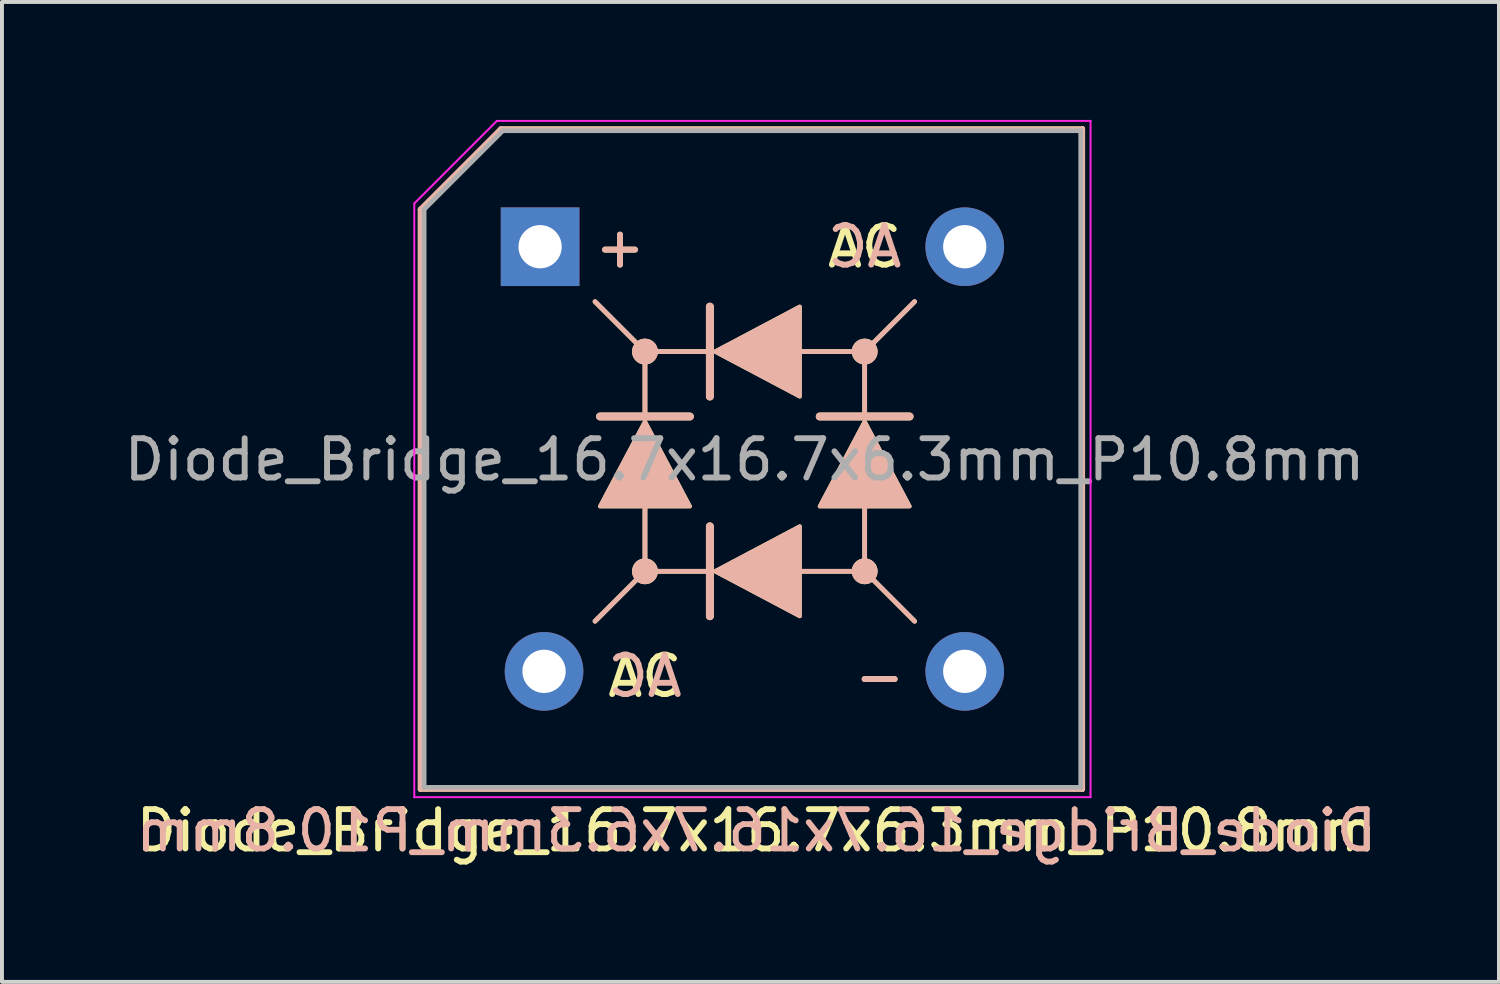
<source format=kicad_pcb>
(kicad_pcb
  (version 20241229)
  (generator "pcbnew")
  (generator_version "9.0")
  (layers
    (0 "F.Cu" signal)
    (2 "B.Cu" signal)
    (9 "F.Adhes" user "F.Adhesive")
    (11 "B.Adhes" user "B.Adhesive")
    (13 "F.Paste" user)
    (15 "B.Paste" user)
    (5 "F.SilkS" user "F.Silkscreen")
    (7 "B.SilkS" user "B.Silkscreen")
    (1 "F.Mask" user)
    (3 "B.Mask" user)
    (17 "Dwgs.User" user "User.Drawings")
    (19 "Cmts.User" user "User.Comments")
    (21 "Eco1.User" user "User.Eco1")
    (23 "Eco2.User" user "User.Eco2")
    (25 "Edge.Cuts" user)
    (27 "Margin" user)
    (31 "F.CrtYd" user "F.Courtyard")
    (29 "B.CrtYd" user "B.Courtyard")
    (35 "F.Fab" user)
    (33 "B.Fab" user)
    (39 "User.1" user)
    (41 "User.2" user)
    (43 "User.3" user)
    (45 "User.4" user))
  (footprint "Diode_Bridge_16.7x16.7x6.3mm_P10.8mm"
    (layer "F.Cu")
    (at 10.687 3.225)
    (property "Reference" "Diode_Bridge_16.7x16.7x6.3mm_P10.8mm" (at 5.5 14.85 180) (layer "F.SilkS") (effects (font (size 1 1) (thickness 0.15))))
    (fp_line (start -3.05 -0.95) (end -3.05 13.8) (stroke (width 0.12) (type solid)) (layer "F.SilkS"))
    (fp_line (start -3.05 13.8) (end 13.8 13.8) (stroke (width 0.12) (type solid)) (layer "F.SilkS"))
    (fp_line (start -1 -3) (end -3.05 -0.95) (stroke (width 0.12) (type solid)) (layer "F.SilkS"))
    (fp_line (start 1.397 1.397) (end 2.667 2.667) (stroke (width 0.12) (type solid)) (layer "F.SilkS"))
    (fp_line (start 1.397 9.525) (end 2.667 8.255) (stroke (width 0.12) (type solid)) (layer "F.SilkS"))
    (fp_line (start 2.667 4.318) (end 1.524 4.318) (stroke (width 0.2) (type solid)) (layer "F.SilkS"))
    (fp_line (start 2.667 4.318) (end 2.667 2.667) (stroke (width 0.12) (type solid)) (layer "F.SilkS"))
    (fp_line (start 2.667 8.255) (end 2.667 6.604) (stroke (width 0.12) (type solid)) (layer "F.SilkS"))
    (fp_line (start 3.81 4.318) (end 2.667 4.318) (stroke (width 0.2) (type solid)) (layer "F.SilkS"))
    (fp_line (start 4.318 1.524) (end 4.318 2.667) (stroke (width 0.2) (type solid)) (layer "F.SilkS"))
    (fp_line (start 4.318 2.667) (end 2.667 2.667) (stroke (width 0.12) (type solid)) (layer "F.SilkS"))
    (fp_line (start 4.318 2.667) (end 4.318 3.81) (stroke (width 0.2) (type solid)) (layer "F.SilkS"))
    (fp_line (start 4.318 7.112) (end 4.318 8.255) (stroke (width 0.2) (type solid)) (layer "F.SilkS"))
    (fp_line (start 4.318 8.255) (end 2.667 8.255) (stroke (width 0.12) (type solid)) (layer "F.SilkS"))
    (fp_line (start 4.318 8.255) (end 4.318 9.398) (stroke (width 0.2) (type solid)) (layer "F.SilkS"))
    (fp_line (start 8.255 2.667) (end 6.604 2.667) (stroke (width 0.12) (type solid)) (layer "F.SilkS"))
    (fp_line (start 8.255 4.318) (end 7.112 4.318) (stroke (width 0.2) (type solid)) (layer "F.SilkS"))
    (fp_line (start 8.255 4.318) (end 8.255 2.667) (stroke (width 0.12) (type solid)) (layer "F.SilkS"))
    (fp_line (start 8.255 8.255) (end 6.604 8.255) (stroke (width 0.12) (type solid)) (layer "F.SilkS"))
    (fp_line (start 8.255 8.255) (end 8.255 6.604) (stroke (width 0.12) (type solid)) (layer "F.SilkS"))
    (fp_line (start 9.398 4.318) (end 8.255 4.318) (stroke (width 0.2) (type solid)) (layer "F.SilkS"))
    (fp_line (start 9.525 1.397) (end 8.255 2.667) (stroke (width 0.12) (type solid)) (layer "F.SilkS"))
    (fp_line (start 9.525 9.525) (end 8.255 8.255) (stroke (width 0.12) (type solid)) (layer "F.SilkS"))
    (fp_line (start 13.8 -3) (end -1 -3) (stroke (width 0.12) (type solid)) (layer "F.SilkS"))
    (fp_line (start 13.8 13.8) (end 13.8 -3) (stroke (width 0.12) (type solid)) (layer "F.SilkS"))
    (fp_circle (center 2.667 2.667) (end 2.731 2.603) (stroke (width 0.12) (type solid)) (fill no) (layer "F.SilkS"))
    (fp_circle (center 2.667 2.667) (end 2.794 2.54) (stroke (width 0.12) (type solid)) (fill no) (layer "F.SilkS"))
    (fp_circle (center 2.667 2.667) (end 2.857 2.477) (stroke (width 0.12) (type solid)) (fill no) (layer "F.SilkS"))
    (fp_circle (center 2.667 8.255) (end 2.731 8.191) (stroke (width 0.12) (type solid)) (fill no) (layer "F.SilkS"))
    (fp_circle (center 2.667 8.255) (end 2.794 8.128) (stroke (width 0.12) (type solid)) (fill no) (layer "F.SilkS"))
    (fp_circle (center 2.667 8.255) (end 2.857 8.065) (stroke (width 0.12) (type solid)) (fill no) (layer "F.SilkS"))
    (fp_circle (center 8.255 2.667) (end 8.319 2.603) (stroke (width 0.12) (type solid)) (fill no) (layer "F.SilkS"))
    (fp_circle (center 8.255 2.667) (end 8.382 2.54) (stroke (width 0.12) (type solid)) (fill no) (layer "F.SilkS"))
    (fp_circle (center 8.255 2.667) (end 8.445 2.477) (stroke (width 0.12) (type solid)) (fill no) (layer "F.SilkS"))
    (fp_circle (center 8.255 8.255) (end 8.319 8.191) (stroke (width 0.12) (type solid)) (fill no) (layer "F.SilkS"))
    (fp_circle (center 8.255 8.255) (end 8.382 8.128) (stroke (width 0.12) (type solid)) (fill no) (layer "F.SilkS"))
    (fp_circle (center 8.255 8.255) (end 8.445 8.065) (stroke (width 0.12) (type solid)) (fill no) (layer "F.SilkS"))
    (fp_poly (pts (xy 3.81 6.604) (xy 1.524 6.604) (xy 2.667 4.445)) (stroke (width 0.1) (type solid)) (fill yes) (layer "F.SilkS"))
    (fp_poly (pts (xy 6.604 1.524) (xy 6.604 3.81) (xy 4.445 2.667)) (stroke (width 0.1) (type solid)) (fill yes) (layer "F.SilkS"))
    (fp_poly (pts (xy 6.604 7.112) (xy 6.604 9.398) (xy 4.445 8.255)) (stroke (width 0.1) (type solid)) (fill yes) (layer "F.SilkS"))
    (fp_poly (pts (xy 9.398 6.604) (xy 7.112 6.604) (xy 8.255 4.445)) (stroke (width 0.1) (type solid)) (fill yes) (layer "F.SilkS"))
    (fp_line (start -3.05 -0.95) (end -3.05 13.8) (stroke (width 0.12) (type solid)) (layer "B.SilkS"))
    (fp_line (start -3.05 13.8) (end 13.8 13.8) (stroke (width 0.12) (type solid)) (layer "B.SilkS"))
    (fp_line (start -1 -3) (end -3.05 -0.95) (stroke (width 0.12) (type solid)) (layer "B.SilkS"))
    (fp_line (start 1.397 1.397) (end 2.667 2.667) (stroke (width 0.12) (type solid)) (layer "B.SilkS"))
    (fp_line (start 1.397 9.525) (end 2.667 8.255) (stroke (width 0.12) (type solid)) (layer "B.SilkS"))
    (fp_line (start 2.667 4.318) (end 1.524 4.318) (stroke (width 0.2) (type solid)) (layer "B.SilkS"))
    (fp_line (start 2.667 4.318) (end 2.667 2.667) (stroke (width 0.12) (type solid)) (layer "B.SilkS"))
    (fp_line (start 2.667 8.255) (end 2.667 6.604) (stroke (width 0.12) (type solid)) (layer "B.SilkS"))
    (fp_line (start 3.81 4.318) (end 2.667 4.318) (stroke (width 0.2) (type solid)) (layer "B.SilkS"))
    (fp_line (start 4.318 1.524) (end 4.318 2.667) (stroke (width 0.2) (type solid)) (layer "B.SilkS"))
    (fp_line (start 4.318 2.667) (end 2.667 2.667) (stroke (width 0.12) (type solid)) (layer "B.SilkS"))
    (fp_line (start 4.318 2.667) (end 4.318 3.81) (stroke (width 0.2) (type solid)) (layer "B.SilkS"))
    (fp_line (start 4.318 7.112) (end 4.318 8.255) (stroke (width 0.2) (type solid)) (layer "B.SilkS"))
    (fp_line (start 4.318 8.255) (end 2.667 8.255) (stroke (width 0.12) (type solid)) (layer "B.SilkS"))
    (fp_line (start 4.318 8.255) (end 4.318 9.398) (stroke (width 0.2) (type solid)) (layer "B.SilkS"))
    (fp_line (start 8.255 2.667) (end 6.604 2.667) (stroke (width 0.12) (type solid)) (layer "B.SilkS"))
    (fp_line (start 8.255 4.318) (end 7.112 4.318) (stroke (width 0.2) (type solid)) (layer "B.SilkS"))
    (fp_line (start 8.255 4.318) (end 8.255 2.667) (stroke (width 0.12) (type solid)) (layer "B.SilkS"))
    (fp_line (start 8.255 8.255) (end 6.604 8.255) (stroke (width 0.12) (type solid)) (layer "B.SilkS"))
    (fp_line (start 8.255 8.255) (end 8.255 6.604) (stroke (width 0.12) (type solid)) (layer "B.SilkS"))
    (fp_line (start 9.398 4.318) (end 8.255 4.318) (stroke (width 0.2) (type solid)) (layer "B.SilkS"))
    (fp_line (start 9.525 1.397) (end 8.255 2.667) (stroke (width 0.12) (type solid)) (layer "B.SilkS"))
    (fp_line (start 9.525 9.525) (end 8.255 8.255) (stroke (width 0.12) (type solid)) (layer "B.SilkS"))
    (fp_line (start 13.8 -3) (end -1 -3) (stroke (width 0.12) (type solid)) (layer "B.SilkS"))
    (fp_line (start 13.8 13.8) (end 13.8 -3) (stroke (width 0.12) (type solid)) (layer "B.SilkS"))
    (fp_circle (center 2.667 2.667) (end 2.757 2.667) (stroke (width 0.12) (type solid)) (fill no) (layer "B.SilkS"))
    (fp_circle (center 2.667 2.667) (end 2.847 2.667) (stroke (width 0.12) (type solid)) (fill no) (layer "B.SilkS"))
    (fp_circle (center 2.667 2.667) (end 2.936 2.667) (stroke (width 0.12) (type solid)) (fill no) (layer "B.SilkS"))
    (fp_circle (center 2.667 8.255) (end 2.757 8.255) (stroke (width 0.12) (type solid)) (fill no) (layer "B.SilkS"))
    (fp_circle (center 2.667 8.255) (end 2.847 8.255) (stroke (width 0.12) (type solid)) (fill no) (layer "B.SilkS"))
    (fp_circle (center 2.667 8.255) (end 2.936 8.255) (stroke (width 0.12) (type solid)) (fill no) (layer "B.SilkS"))
    (fp_circle (center 8.255 2.667) (end 8.345 2.667) (stroke (width 0.12) (type solid)) (fill no) (layer "B.SilkS"))
    (fp_circle (center 8.255 2.667) (end 8.435 2.667) (stroke (width 0.12) (type solid)) (fill no) (layer "B.SilkS"))
    (fp_circle (center 8.255 2.667) (end 8.524 2.667) (stroke (width 0.12) (type solid)) (fill no) (layer "B.SilkS"))
    (fp_circle (center 8.255 8.255) (end 8.345 8.255) (stroke (width 0.12) (type solid)) (fill no) (layer "B.SilkS"))
    (fp_circle (center 8.255 8.255) (end 8.435 8.255) (stroke (width 0.12) (type solid)) (fill no) (layer "B.SilkS"))
    (fp_circle (center 8.255 8.255) (end 8.524 8.255) (stroke (width 0.12) (type solid)) (fill no) (layer "B.SilkS"))
    (fp_poly (pts (xy 3.81 6.604) (xy 1.524 6.604) (xy 2.667 4.445)) (stroke (width 0.1) (type solid)) (fill yes) (layer "B.SilkS"))
    (fp_poly (pts (xy 6.604 1.524) (xy 6.604 3.81) (xy 4.445 2.667)) (stroke (width 0.1) (type solid)) (fill yes) (layer "B.SilkS"))
    (fp_poly (pts (xy 6.604 7.112) (xy 6.604 9.398) (xy 4.445 8.255)) (stroke (width 0.1) (type solid)) (fill yes) (layer "B.SilkS"))
    (fp_poly (pts (xy 9.398 6.604) (xy 7.112 6.604) (xy 8.255 4.445)) (stroke (width 0.1) (type solid)) (fill yes) (layer "B.SilkS"))
    (fp_line (start -3.2 -1.1) (end -1.1 -3.2) (stroke (width 0.05) (type solid)) (layer "F.CrtYd"))
    (fp_line (start -3.2 14) (end -3.2 -1.1) (stroke (width 0.05) (type solid)) (layer "F.CrtYd"))
    (fp_line (start -1.1 -3.2) (end 14 -3.2) (stroke (width 0.05) (type solid)) (layer "F.CrtYd"))
    (fp_line (start 14 -3.2) (end 14 14) (stroke (width 0.05) (type solid)) (layer "F.CrtYd"))
    (fp_line (start 14 14) (end -3.2 14) (stroke (width 0.05) (type solid)) (layer "F.CrtYd"))
    (fp_line (start -2.95 -0.95) (end -0.95 -2.95) (stroke (width 0.12) (type solid)) (layer "F.Fab"))
    (fp_line (start -2.95 13.75) (end -2.95 -0.95) (stroke (width 0.12) (type solid)) (layer "F.Fab"))
    (fp_line (start -0.95 -2.95) (end 13.75 -2.95) (stroke (width 0.12) (type solid)) (layer "F.Fab"))
    (fp_line (start 13.75 -2.95) (end 13.75 13.75) (stroke (width 0.12) (type solid)) (layer "F.Fab"))
    (fp_line (start 13.75 13.75) (end -2.95 13.75) (stroke (width 0.12) (type solid)) (layer "F.Fab"))
    (fp_text user "AC" (at 8.255 0 0) (layer "F.SilkS") (effects (font (size 1 1) (thickness 0.15))))
    (fp_text user "+" (at 2.032 0 0) (layer "F.SilkS") (effects (font (size 1 1) (thickness 0.15))))
    (fp_text user "-" (at 8.636 10.922 0) (layer "F.SilkS") (effects (font (size 1 1) (thickness 0.15))))
    (fp_text user "AC" (at 2.667 10.922 0) (layer "F.SilkS") (effects (font (size 1 1) (thickness 0.15))))
    (fp_text user "+" (at 2.032 0 0) (layer "B.SilkS") (effects (font (size 1 1) (thickness 0.15)) (justify mirror)))
    (fp_text user "AC" (at 2.667 10.922 0) (layer "B.SilkS") (effects (font (size 1 1) (thickness 0.15)) (justify mirror)))
    (fp_text user "${REFERENCE}" (at 5.5 14.85 0) (layer "B.SilkS") (effects (font (size 1 1) (thickness 0.15)) (justify mirror)))
    (fp_text user "AC" (at 8.255 0 0) (layer "B.SilkS") (effects (font (size 1 1) (thickness 0.15)) (justify mirror)))
    (fp_text user "-" (at 8.636 10.922 0) (layer "B.SilkS") (effects (font (size 1 1) (thickness 0.15)) (justify mirror)))
    (fp_text user "${REFERENCE}" (at 5.2 5.415 180) (layer "F.Fab") (effects (font (size 1 1) (thickness 0.15))))
    (pad "1" thru_hole rect (at 0 0 180) (size 2 2) (drill 1.1) (layers "*.Cu" "*.Mask"))
    (pad "2" thru_hole circle (at 0.1 10.8 180) (size 2 2) (drill 1.1) (layers "*.Cu" "*.Mask"))
    (pad "3" thru_hole circle (at 10.8 10.8 180) (size 2 2) (drill 1.1) (layers "*.Cu" "*.Mask"))
    (pad "4" thru_hole circle (at 10.8 0 180) (size 2 2) (drill 1.1) (layers "*.Cu" "*.Mask")))
  (gr_rect
    (start -3 -3)
    (end 35.074 21.923)
    (stroke (width 0.1) (type default))
    (fill no)
    (layer "Edge.Cuts")))
</source>
